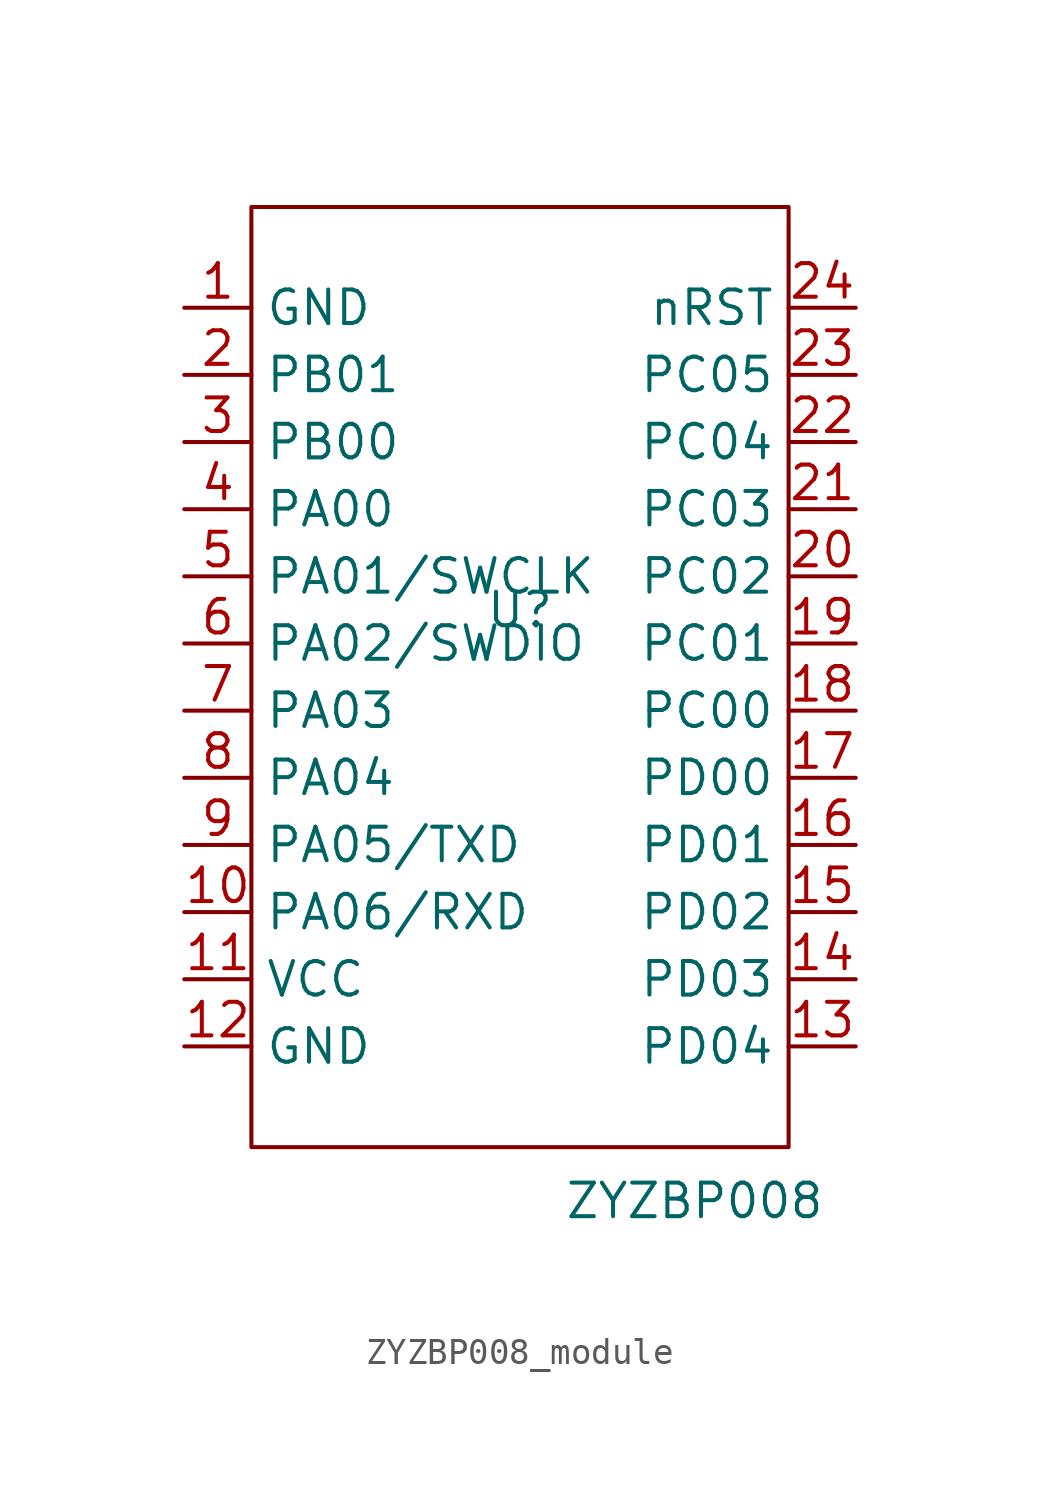
<source format=kicad_sym>
(kicad_symbol_lib
  (version 20231120)
  (generator "kicad_symbol_editor")
  (generator_version "8.0")
  (symbol "ZYZBP008_module"
    (property "Reference" "U"
      (at 0 0 0)
      (effects (font (size 1.27 1.27))))
    (property "Value" "ZYZBP008"
      (at 6.604 -22.352 0)
      (effects (font (size 1.27 1.27))))
    (symbol "ZYZBP008_module_0_1"
      (rectangle (start -10.16 15.24) (end 10.16 -20.32) (stroke (width 0) (type default)) (fill (type none))))
    (symbol "ZYZBP008_module_1_1"
      (pin power_in line (at -12.7 11.43 0) (length 2.54) (name "GND" (effects (font (size 1.27 1.27)))) (number "1" (effects (font (size 1.27 1.27)))))
      (pin unspecified line (at -12.7 -11.43 0) (length 2.54) (name "PA06/RXD" (effects (font (size 1.27 1.27)))) (number "10" (effects (font (size 1.27 1.27)))))
      (pin power_in line (at -12.7 -13.97 0) (length 2.54) (name "VCC" (effects (font (size 1.27 1.27)))) (number "11" (effects (font (size 1.27 1.27)))))
      (pin power_in line (at -12.7 -16.51 0) (length 2.54) (name "GND" (effects (font (size 1.27 1.27)))) (number "12" (effects (font (size 1.27 1.27)))))
      (pin unspecified line (at 12.7 -16.51 180) (length 2.54) (name "PD04" (effects (font (size 1.27 1.27)))) (number "13" (effects (font (size 1.27 1.27)))))
      (pin unspecified line (at 12.7 -13.97 180) (length 2.54) (name "PD03" (effects (font (size 1.27 1.27)))) (number "14" (effects (font (size 1.27 1.27)))))
      (pin unspecified line (at 12.7 -11.43 180) (length 2.54) (name "PD02" (effects (font (size 1.27 1.27)))) (number "15" (effects (font (size 1.27 1.27)))))
      (pin unspecified line (at 12.7 -8.89 180) (length 2.54) (name "PD01" (effects (font (size 1.27 1.27)))) (number "16" (effects (font (size 1.27 1.27)))))
      (pin unspecified line (at 12.7 -6.35 180) (length 2.54) (name "PD00" (effects (font (size 1.27 1.27)))) (number "17" (effects (font (size 1.27 1.27)))))
      (pin unspecified line (at 12.7 -3.81 180) (length 2.54) (name "PC00" (effects (font (size 1.27 1.27)))) (number "18" (effects (font (size 1.27 1.27)))))
      (pin unspecified line (at 12.7 -1.27 180) (length 2.54) (name "PC01" (effects (font (size 1.27 1.27)))) (number "19" (effects (font (size 1.27 1.27)))))
      (pin unspecified line (at -12.7 8.89 0) (length 2.54) (name "PB01" (effects (font (size 1.27 1.27)))) (number "2" (effects (font (size 1.27 1.27)))))
      (pin unspecified line (at 12.7 1.27 180) (length 2.54) (name "PC02" (effects (font (size 1.27 1.27)))) (number "20" (effects (font (size 1.27 1.27)))))
      (pin unspecified line (at 12.7 3.81 180) (length 2.54) (name "PC03" (effects (font (size 1.27 1.27)))) (number "21" (effects (font (size 1.27 1.27)))))
      (pin unspecified line (at 12.7 6.35 180) (length 2.54) (name "PC04" (effects (font (size 1.27 1.27)))) (number "22" (effects (font (size 1.27 1.27)))))
      (pin unspecified line (at 12.7 8.89 180) (length 2.54) (name "PC05" (effects (font (size 1.27 1.27)))) (number "23" (effects (font (size 1.27 1.27)))))
      (pin unspecified line (at 12.7 11.43 180) (length 2.54) (name "nRST" (effects (font (size 1.27 1.27)))) (number "24" (effects (font (size 1.27 1.27)))))
      (pin unspecified line (at -12.7 6.35 0) (length 2.54) (name "PB00" (effects (font (size 1.27 1.27)))) (number "3" (effects (font (size 1.27 1.27)))))
      (pin unspecified line (at -12.7 3.81 0) (length 2.54) (name "PA00" (effects (font (size 1.27 1.27)))) (number "4" (effects (font (size 1.27 1.27)))))
      (pin unspecified line (at -12.7 1.27 0) (length 2.54) (name "PA01/SWCLK" (effects (font (size 1.27 1.27)))) (number "5" (effects (font (size 1.27 1.27)))))
      (pin unspecified line (at -12.7 -1.27 0) (length 2.54) (name "PA02/SWDIO" (effects (font (size 1.27 1.27)))) (number "6" (effects (font (size 1.27 1.27)))))
      (pin unspecified line (at -12.7 -3.81 0) (length 2.54) (name "PA03" (effects (font (size 1.27 1.27)))) (number "7" (effects (font (size 1.27 1.27)))))
      (pin unspecified line (at -12.7 -6.35 0) (length 2.54) (name "PA04" (effects (font (size 1.27 1.27)))) (number "8" (effects (font (size 1.27 1.27)))))
      (pin unspecified line (at -12.7 -8.89 0) (length 2.54) (name "PA05/TXD" (effects (font (size 1.27 1.27)))) (number "9" (effects (font (size 1.27 1.27))))))))
</source>
